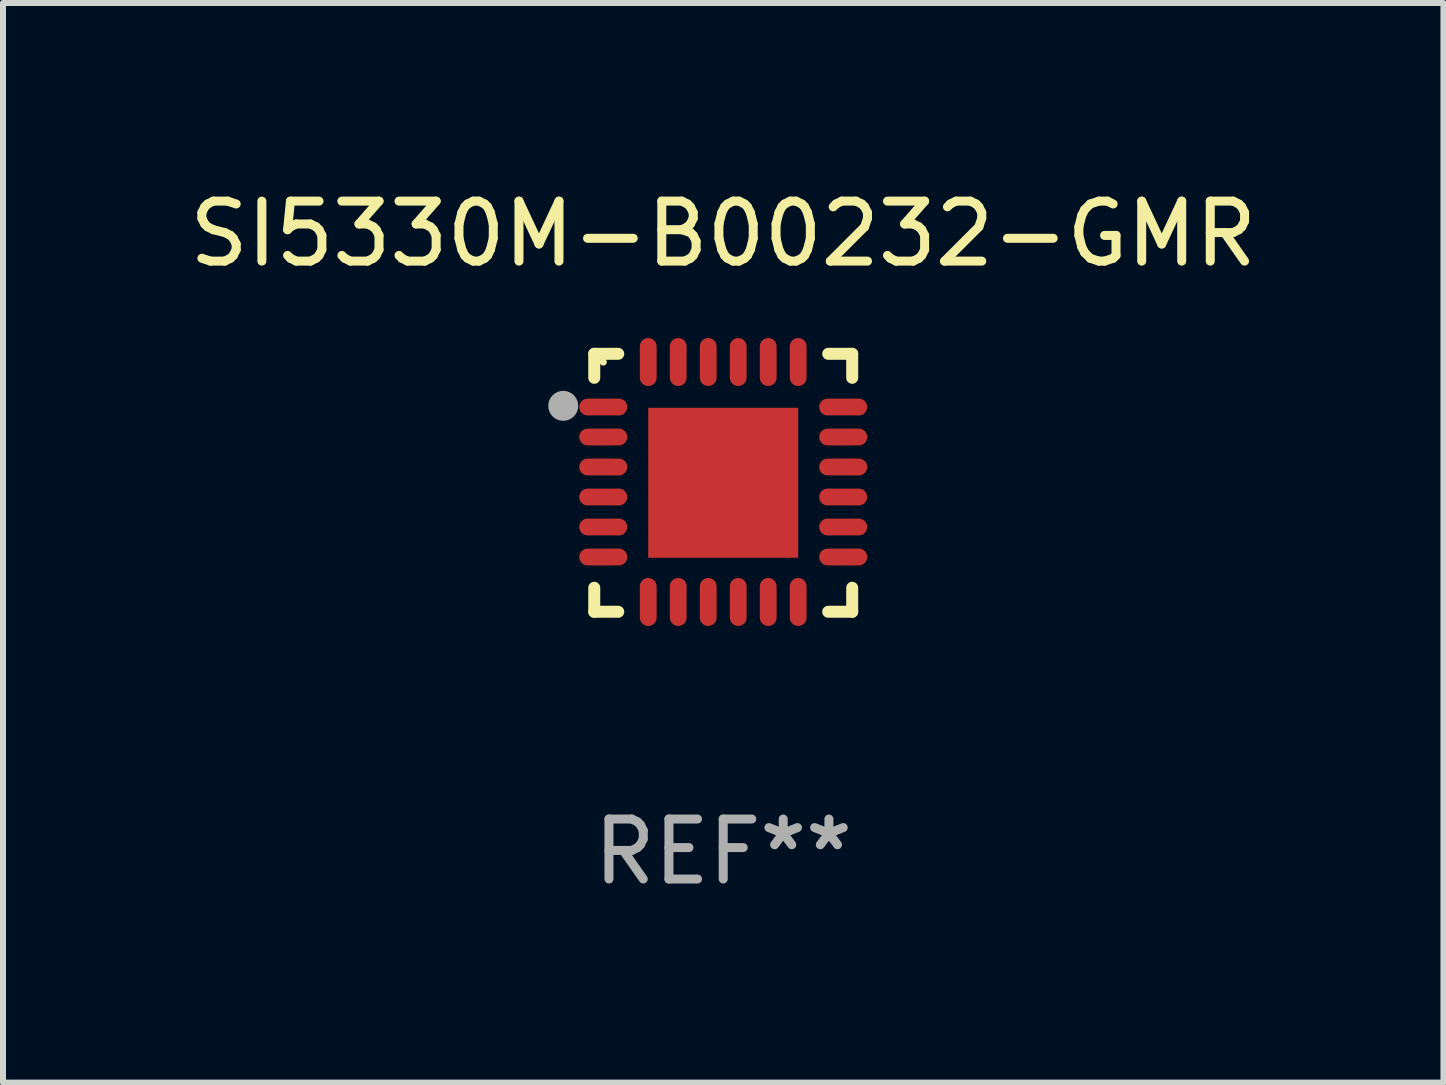
<source format=kicad_pcb>
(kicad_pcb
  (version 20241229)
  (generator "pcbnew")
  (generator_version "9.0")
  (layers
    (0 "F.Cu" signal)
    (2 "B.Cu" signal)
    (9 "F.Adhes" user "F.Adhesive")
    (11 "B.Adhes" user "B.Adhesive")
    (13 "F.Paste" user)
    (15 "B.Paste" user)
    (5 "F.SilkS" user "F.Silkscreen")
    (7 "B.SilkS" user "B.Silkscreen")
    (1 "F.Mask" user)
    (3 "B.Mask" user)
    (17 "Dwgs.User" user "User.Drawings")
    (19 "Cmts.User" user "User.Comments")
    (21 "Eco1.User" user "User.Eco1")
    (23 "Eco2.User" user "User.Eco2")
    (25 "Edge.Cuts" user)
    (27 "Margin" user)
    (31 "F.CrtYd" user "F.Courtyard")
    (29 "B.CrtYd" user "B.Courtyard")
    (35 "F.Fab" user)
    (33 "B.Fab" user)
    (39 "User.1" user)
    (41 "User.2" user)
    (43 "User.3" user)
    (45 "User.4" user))
  (footprint "SI5330M-B00232-GMR"
    (layer "F.Cu")
    (at 9.006 4.998)
    (property "Reference" "SI5330M-B00232-GMR" (at 0 -4.15 0) (layer "F.SilkS") (effects (font (size 1 1) (thickness 0.15))))
    (attr through_hole)
    (fp_line (start -2.15 -2.15) (end -1.75 -2.15) (stroke (width 0.2) (type solid)) (layer "F.SilkS"))
    (fp_line (start -2.15 -1.75) (end -2.15 -2.15) (stroke (width 0.2) (type solid)) (layer "F.SilkS"))
    (fp_line (start -2.15 2.15) (end -2.15 1.75) (stroke (width 0.2) (type solid)) (layer "F.SilkS"))
    (fp_line (start -1.75 2.15) (end -2.15 2.15) (stroke (width 0.2) (type solid)) (layer "F.SilkS"))
    (fp_line (start 1.75 -2.15) (end 2.15 -2.15) (stroke (width 0.2) (type solid)) (layer "F.SilkS"))
    (fp_line (start 1.75 2.15) (end 2.15 2.15) (stroke (width 0.2) (type solid)) (layer "F.SilkS"))
    (fp_line (start 2.15 -2.15) (end 2.15 -1.75) (stroke (width 0.2) (type solid)) (layer "F.SilkS"))
    (fp_line (start 2.15 2.15) (end 2.15 1.75) (stroke (width 0.2) (type solid)) (layer "F.SilkS"))
    (fp_circle (center -2 -2.013) (end -1.97 -2.013) (stroke (width 0.06) (type solid)) (fill no) (layer "F.SilkS"))
    (fp_circle (center -2.667 -1.283) (end -2.542 -1.283) (stroke (width 0.25) (type solid)) (fill no) (layer "F.Fab"))
    (fp_text user "REF**" (at 0 6.15 0) (layer "F.Fab") (effects (font (size 1 1) (thickness 0.15))))
    (pad "1" smd oval (at -2 -1.263) (size 0.8 0.28) (layers "F.Cu" "F.Mask" "F.Paste"))
    (pad "2" smd oval (at -2 -0.763) (size 0.8 0.28) (layers "F.Cu" "F.Mask" "F.Paste"))
    (pad "3" smd oval (at -2 -0.263) (size 0.8 0.28) (layers "F.Cu" "F.Mask" "F.Paste"))
    (pad "4" smd oval (at -2 0.237) (size 0.8 0.28) (layers "F.Cu" "F.Mask" "F.Paste"))
    (pad "5" smd oval (at -2 0.737) (size 0.8 0.28) (layers "F.Cu" "F.Mask" "F.Paste"))
    (pad "6" smd oval (at -2 1.237) (size 0.8 0.28) (layers "F.Cu" "F.Mask" "F.Paste"))
    (pad "7" smd oval (at -1.25 1.987) (size 0.28 0.8) (layers "F.Cu" "F.Mask" "F.Paste"))
    (pad "8" smd oval (at -0.75 1.987) (size 0.28 0.8) (layers "F.Cu" "F.Mask" "F.Paste"))
    (pad "9" smd oval (at -0.25 1.987) (size 0.28 0.8) (layers "F.Cu" "F.Mask" "F.Paste"))
    (pad "10" smd oval (at 0.25 1.987) (size 0.28 0.8) (layers "F.Cu" "F.Mask" "F.Paste"))
    (pad "11" smd oval (at 0.75 1.987) (size 0.28 0.8) (layers "F.Cu" "F.Mask" "F.Paste"))
    (pad "12" smd oval (at 1.25 1.987) (size 0.28 0.8) (layers "F.Cu" "F.Mask" "F.Paste"))
    (pad "13" smd oval (at 2 1.237) (size 0.8 0.28) (layers "F.Cu" "F.Mask" "F.Paste"))
    (pad "14" smd oval (at 2 0.737) (size 0.8 0.28) (layers "F.Cu" "F.Mask" "F.Paste"))
    (pad "15" smd oval (at 2 0.237) (size 0.8 0.28) (layers "F.Cu" "F.Mask" "F.Paste"))
    (pad "16" smd oval (at 2 -0.263) (size 0.8 0.28) (layers "F.Cu" "F.Mask" "F.Paste"))
    (pad "17" smd oval (at 2 -0.763) (size 0.8 0.28) (layers "F.Cu" "F.Mask" "F.Paste"))
    (pad "18" smd oval (at 2 -1.263) (size 0.8 0.28) (layers "F.Cu" "F.Mask" "F.Paste"))
    (pad "19" smd oval (at 1.25 -2.013) (size 0.28 0.8) (layers "F.Cu" "F.Mask" "F.Paste"))
    (pad "20" smd oval (at 0.75 -2.013) (size 0.28 0.8) (layers "F.Cu" "F.Mask" "F.Paste"))
    (pad "21" smd oval (at 0.25 -2.013) (size 0.28 0.8) (layers "F.Cu" "F.Mask" "F.Paste"))
    (pad "22" smd oval (at -0.25 -2.013) (size 0.28 0.8) (layers "F.Cu" "F.Mask" "F.Paste"))
    (pad "23" smd oval (at -0.75 -2.013) (size 0.28 0.8) (layers "F.Cu" "F.Mask" "F.Paste"))
    (pad "24" smd oval (at -1.25 -2.013) (size 0.28 0.8) (layers "F.Cu" "F.Mask" "F.Paste"))
    (pad "25" smd rect (at -0.000127 -0.00014) (size 2.5 2.5) (layers "F.Cu" "F.Mask" "F.Paste")))
  (gr_rect
    (start -3 -3)
    (end 21.012 14.997)
    (stroke (width 0.1) (type default))
    (fill no)
    (layer "Edge.Cuts")))
</source>
